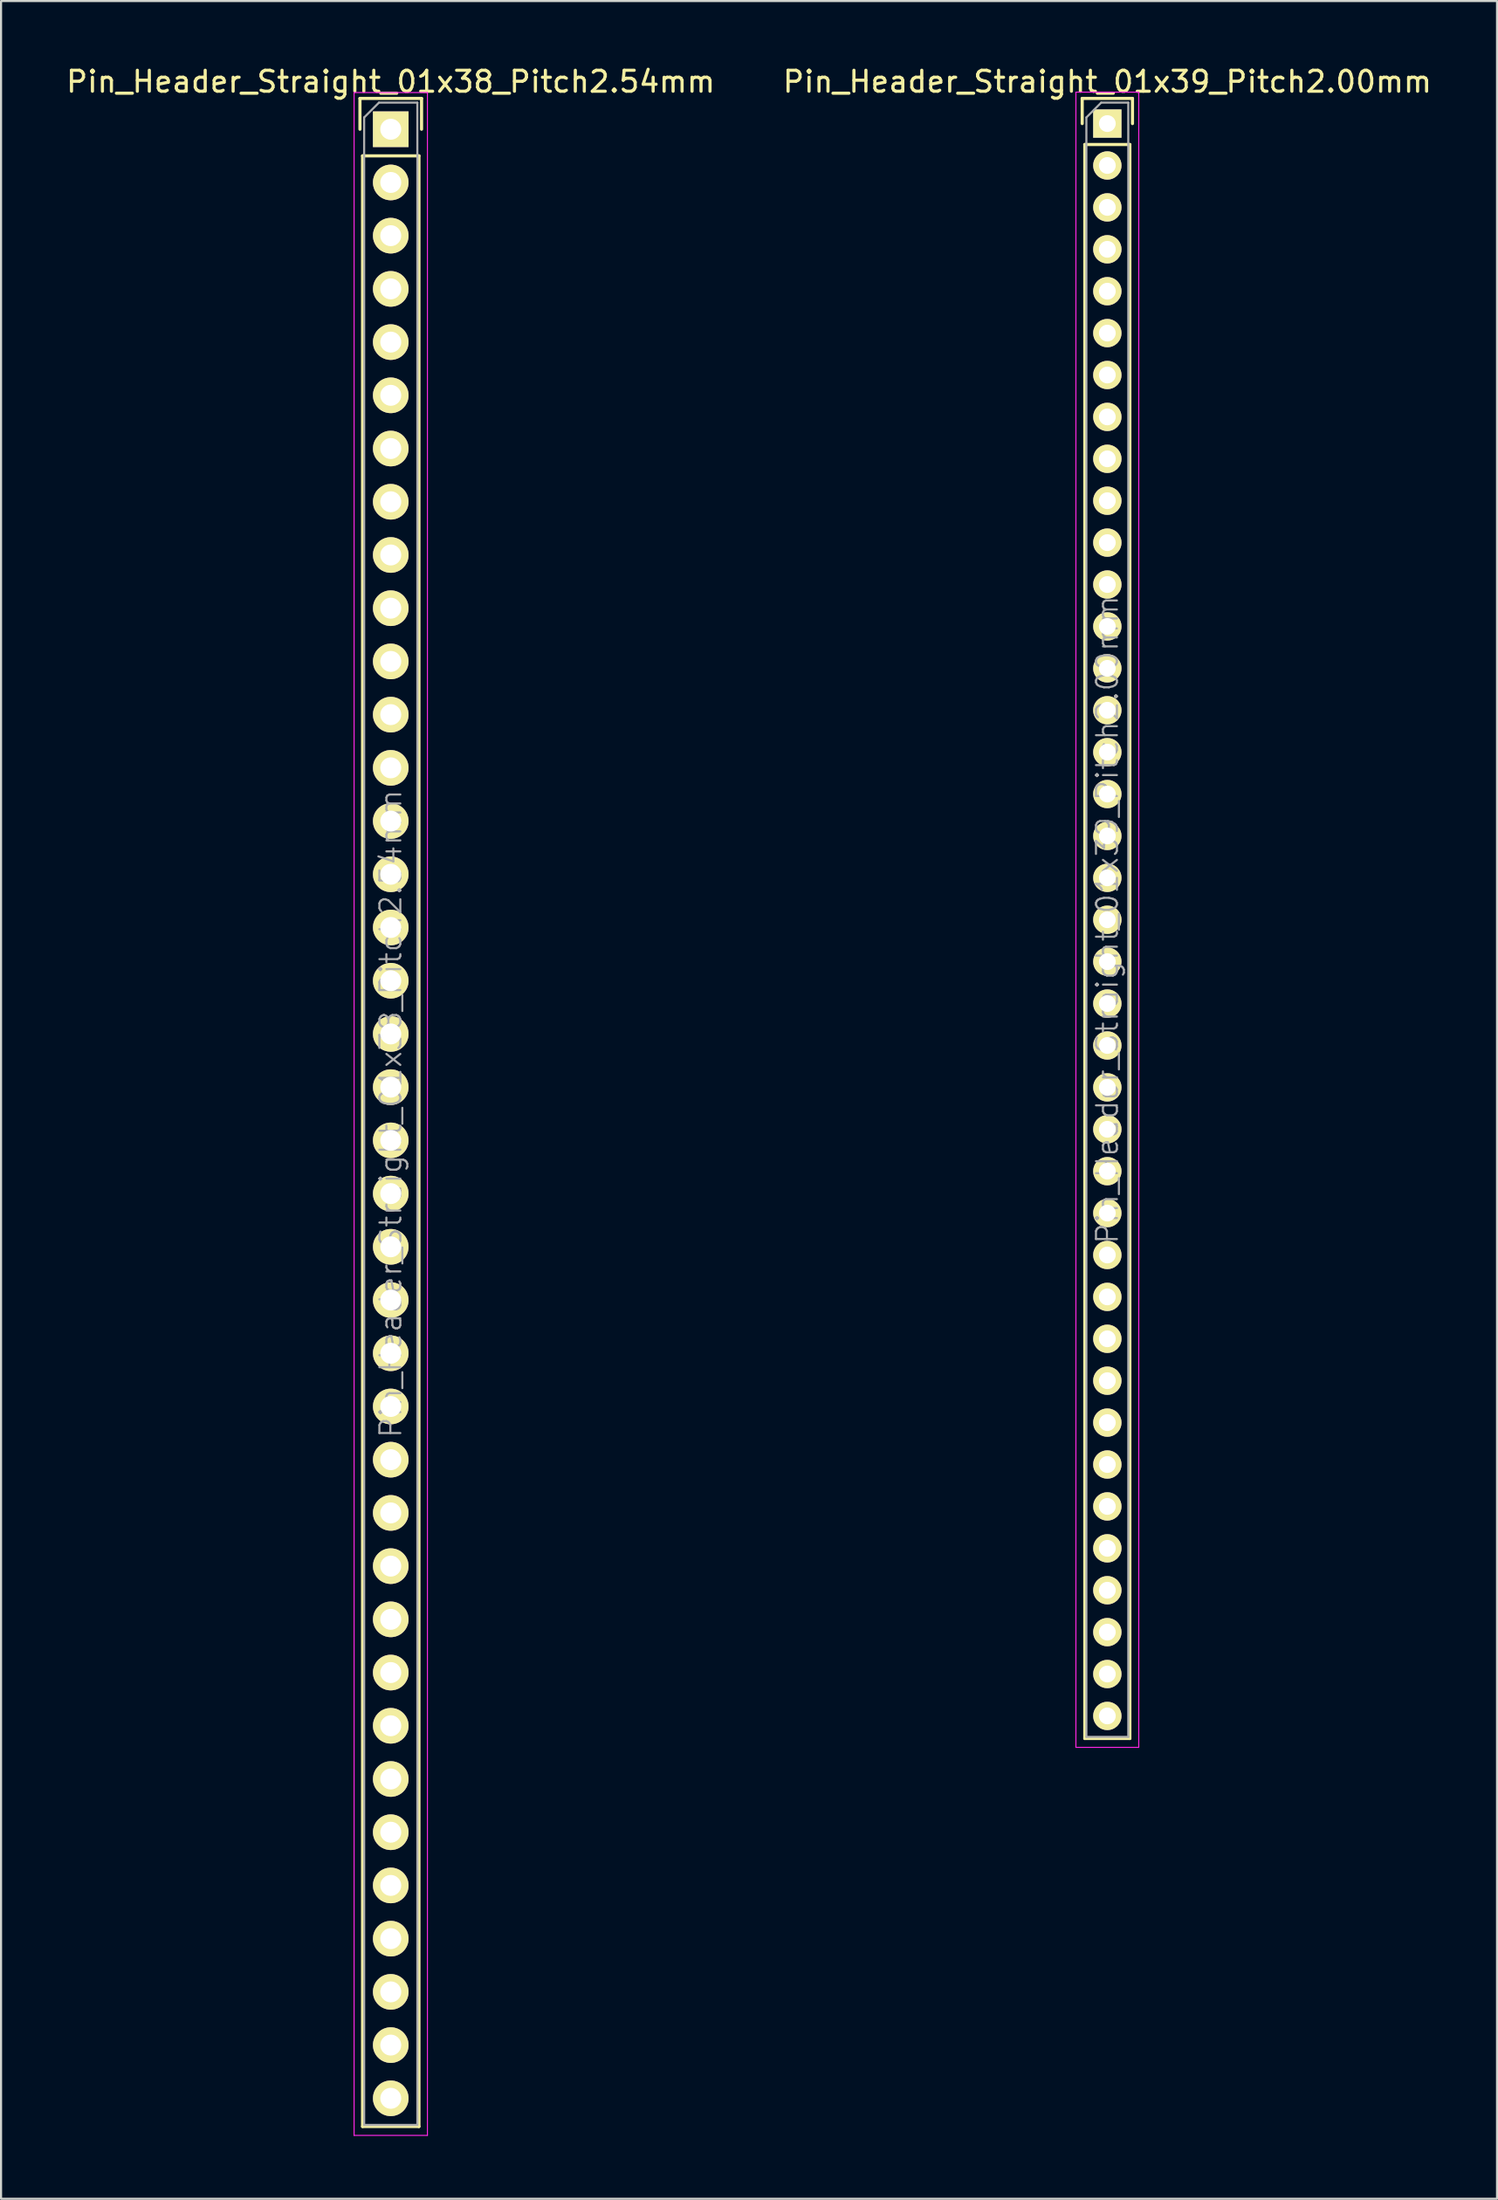
<source format=kicad_pcb>
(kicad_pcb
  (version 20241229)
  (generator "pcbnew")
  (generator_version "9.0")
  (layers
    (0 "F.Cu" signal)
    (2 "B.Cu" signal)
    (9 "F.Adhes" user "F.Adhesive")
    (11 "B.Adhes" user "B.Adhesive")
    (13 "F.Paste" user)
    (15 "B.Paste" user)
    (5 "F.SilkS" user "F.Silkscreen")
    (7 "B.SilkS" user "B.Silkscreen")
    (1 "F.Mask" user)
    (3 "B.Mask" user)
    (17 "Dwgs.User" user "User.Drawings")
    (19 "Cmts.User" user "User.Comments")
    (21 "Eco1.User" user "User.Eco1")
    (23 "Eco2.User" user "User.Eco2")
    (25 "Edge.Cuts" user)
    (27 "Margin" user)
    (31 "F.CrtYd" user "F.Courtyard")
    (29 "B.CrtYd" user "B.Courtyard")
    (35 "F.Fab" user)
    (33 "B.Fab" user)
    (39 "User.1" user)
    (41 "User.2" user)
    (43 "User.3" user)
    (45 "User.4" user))
  (footprint "Pin_Header_Straight_01x39_Pitch2.00mm"
    (layer "F.Cu")
    (at 49.804 2.848)
    (property "Reference" "Pin_Header_Straight_01x39_Pitch2.00mm" (at 0 -2 0) (layer "F.SilkS") (effects (font (size 1 1) (thickness 0.15))))
    (attr smd)
    (fp_line (start -1.2 -1.2) (end -1.2 0) (stroke (width 0.15) (type solid)) (layer "F.SilkS"))
    (fp_line (start -1.2 -1.2) (end 1.2 -1.2) (stroke (width 0.15) (type solid)) (layer "F.SilkS"))
    (fp_line (start -1.075 1) (end -1.075 77.075) (stroke (width 0.15) (type solid)) (layer "F.SilkS"))
    (fp_line (start -1.075 1) (end 1.075 1) (stroke (width 0.15) (type solid)) (layer "F.SilkS"))
    (fp_line (start -1.075 77.075) (end 1.075 77.075) (stroke (width 0.15) (type solid)) (layer "F.SilkS"))
    (fp_line (start 1.075 1) (end 1.075 77.075) (stroke (width 0.15) (type solid)) (layer "F.SilkS"))
    (fp_line (start 1.2 -1.2) (end 1.2 0) (stroke (width 0.15) (type solid)) (layer "F.SilkS"))
    (fp_line (start -1.5 -1.5) (end -1.5 77.5) (stroke (width 0.05) (type solid)) (layer "F.CrtYd"))
    (fp_line (start 1.5 -1.5) (end -1.5 -1.5) (stroke (width 0.05) (type solid)) (layer "F.CrtYd"))
    (fp_line (start 1.5 -1.5) (end 1.5 77.5) (stroke (width 0.05) (type solid)) (layer "F.CrtYd"))
    (fp_line (start 1.5 77.5) (end -1.5 77.5) (stroke (width 0.05) (type solid)) (layer "F.CrtYd"))
    (fp_line (start -1 -0.293) (end -0.293 -1) (stroke (width 0.1) (type solid)) (layer "F.Fab"))
    (fp_line (start -1 77) (end -1 -0.293) (stroke (width 0.1) (type solid)) (layer "F.Fab"))
    (fp_line (start 1 -1) (end -0.293 -1) (stroke (width 0.1) (type solid)) (layer "F.Fab"))
    (fp_line (start 1 77) (end -1 77) (stroke (width 0.1) (type solid)) (layer "F.Fab"))
    (fp_line (start 1 77) (end 1 -1) (stroke (width 0.1) (type solid)) (layer "F.Fab"))
    (fp_text user "${REFERENCE}" (at 0 38 90) (layer "F.Fab") (effects (font (size 1 1) (thickness 0.1))))
    (pad "1" thru_hole rect (at 0 0) (size 1.35 1.35) (drill 0.8) (layers "*.Cu" "*.Mask" "F.SilkS"))
    (pad "2" thru_hole oval (at 0 2) (size 1.35 1.35) (drill 0.8) (layers "*.Cu" "*.Mask" "F.SilkS"))
    (pad "3" thru_hole oval (at 0 4) (size 1.35 1.35) (drill 0.8) (layers "*.Cu" "*.Mask" "F.SilkS"))
    (pad "4" thru_hole oval (at 0 6) (size 1.35 1.35) (drill 0.8) (layers "*.Cu" "*.Mask" "F.SilkS"))
    (pad "5" thru_hole oval (at 0 8) (size 1.35 1.35) (drill 0.8) (layers "*.Cu" "*.Mask" "F.SilkS"))
    (pad "6" thru_hole oval (at 0 10) (size 1.35 1.35) (drill 0.8) (layers "*.Cu" "*.Mask" "F.SilkS"))
    (pad "7" thru_hole oval (at 0 12) (size 1.35 1.35) (drill 0.8) (layers "*.Cu" "*.Mask" "F.SilkS"))
    (pad "8" thru_hole oval (at 0 14) (size 1.35 1.35) (drill 0.8) (layers "*.Cu" "*.Mask" "F.SilkS"))
    (pad "9" thru_hole oval (at 0 16) (size 1.35 1.35) (drill 0.8) (layers "*.Cu" "*.Mask" "F.SilkS"))
    (pad "10" thru_hole oval (at 0 18) (size 1.35 1.35) (drill 0.8) (layers "*.Cu" "*.Mask" "F.SilkS"))
    (pad "11" thru_hole oval (at 0 20) (size 1.35 1.35) (drill 0.8) (layers "*.Cu" "*.Mask" "F.SilkS"))
    (pad "12" thru_hole oval (at 0 22) (size 1.35 1.35) (drill 0.8) (layers "*.Cu" "*.Mask" "F.SilkS"))
    (pad "13" thru_hole oval (at 0 24) (size 1.35 1.35) (drill 0.8) (layers "*.Cu" "*.Mask" "F.SilkS"))
    (pad "14" thru_hole oval (at 0 26) (size 1.35 1.35) (drill 0.8) (layers "*.Cu" "*.Mask" "F.SilkS"))
    (pad "15" thru_hole oval (at 0 28) (size 1.35 1.35) (drill 0.8) (layers "*.Cu" "*.Mask" "F.SilkS"))
    (pad "16" thru_hole oval (at 0 30) (size 1.35 1.35) (drill 0.8) (layers "*.Cu" "*.Mask" "F.SilkS"))
    (pad "17" thru_hole oval (at 0 32) (size 1.35 1.35) (drill 0.8) (layers "*.Cu" "*.Mask" "F.SilkS"))
    (pad "18" thru_hole oval (at 0 34) (size 1.35 1.35) (drill 0.8) (layers "*.Cu" "*.Mask" "F.SilkS"))
    (pad "19" thru_hole oval (at 0 36) (size 1.35 1.35) (drill 0.8) (layers "*.Cu" "*.Mask" "F.SilkS"))
    (pad "20" thru_hole oval (at 0 38) (size 1.35 1.35) (drill 0.8) (layers "*.Cu" "*.Mask" "F.SilkS"))
    (pad "21" thru_hole oval (at 0 40) (size 1.35 1.35) (drill 0.8) (layers "*.Cu" "*.Mask" "F.SilkS"))
    (pad "22" thru_hole oval (at 0 42) (size 1.35 1.35) (drill 0.8) (layers "*.Cu" "*.Mask" "F.SilkS"))
    (pad "23" thru_hole oval (at 0 44) (size 1.35 1.35) (drill 0.8) (layers "*.Cu" "*.Mask" "F.SilkS"))
    (pad "24" thru_hole oval (at 0 46) (size 1.35 1.35) (drill 0.8) (layers "*.Cu" "*.Mask" "F.SilkS"))
    (pad "25" thru_hole oval (at 0 48) (size 1.35 1.35) (drill 0.8) (layers "*.Cu" "*.Mask" "F.SilkS"))
    (pad "26" thru_hole oval (at 0 50) (size 1.35 1.35) (drill 0.8) (layers "*.Cu" "*.Mask" "F.SilkS"))
    (pad "27" thru_hole oval (at 0 52) (size 1.35 1.35) (drill 0.8) (layers "*.Cu" "*.Mask" "F.SilkS"))
    (pad "28" thru_hole oval (at 0 54) (size 1.35 1.35) (drill 0.8) (layers "*.Cu" "*.Mask" "F.SilkS"))
    (pad "29" thru_hole oval (at 0 56) (size 1.35 1.35) (drill 0.8) (layers "*.Cu" "*.Mask" "F.SilkS"))
    (pad "30" thru_hole oval (at 0 58) (size 1.35 1.35) (drill 0.8) (layers "*.Cu" "*.Mask" "F.SilkS"))
    (pad "31" thru_hole oval (at 0 60) (size 1.35 1.35) (drill 0.8) (layers "*.Cu" "*.Mask" "F.SilkS"))
    (pad "32" thru_hole oval (at 0 62) (size 1.35 1.35) (drill 0.8) (layers "*.Cu" "*.Mask" "F.SilkS"))
    (pad "33" thru_hole oval (at 0 64) (size 1.35 1.35) (drill 0.8) (layers "*.Cu" "*.Mask" "F.SilkS"))
    (pad "34" thru_hole oval (at 0 66) (size 1.35 1.35) (drill 0.8) (layers "*.Cu" "*.Mask" "F.SilkS"))
    (pad "35" thru_hole oval (at 0 68) (size 1.35 1.35) (drill 0.8) (layers "*.Cu" "*.Mask" "F.SilkS"))
    (pad "36" thru_hole oval (at 0 70) (size 1.35 1.35) (drill 0.8) (layers "*.Cu" "*.Mask" "F.SilkS"))
    (pad "37" thru_hole oval (at 0 72) (size 1.35 1.35) (drill 0.8) (layers "*.Cu" "*.Mask" "F.SilkS"))
    (pad "38" thru_hole oval (at 0 74) (size 1.35 1.35) (drill 0.8) (layers "*.Cu" "*.Mask" "F.SilkS"))
    (pad "39" thru_hole oval (at 0 76) (size 1.35 1.35) (drill 0.8) (layers "*.Cu" "*.Mask" "F.SilkS")))
  (footprint "Pin_Header_Straight_01x38_Pitch2.54mm"
    (layer "F.Cu")
    (at 15.601 3.118)
    (property "Reference" "Pin_Header_Straight_01x38_Pitch2.54mm" (at 0 -2.27 0) (layer "F.SilkS") (effects (font (size 1 1) (thickness 0.15))))
    (attr smd)
    (fp_line (start -1.47 -1.47) (end -1.47 0) (stroke (width 0.15) (type solid)) (layer "F.SilkS"))
    (fp_line (start -1.47 -1.47) (end 1.47 -1.47) (stroke (width 0.15) (type solid)) (layer "F.SilkS"))
    (fp_line (start -1.345 1.27) (end -1.345 95.325) (stroke (width 0.15) (type solid)) (layer "F.SilkS"))
    (fp_line (start -1.345 1.27) (end 1.345 1.27) (stroke (width 0.15) (type solid)) (layer "F.SilkS"))
    (fp_line (start -1.345 95.325) (end 1.345 95.325) (stroke (width 0.15) (type solid)) (layer "F.SilkS"))
    (fp_line (start 1.345 1.27) (end 1.345 95.325) (stroke (width 0.15) (type solid)) (layer "F.SilkS"))
    (fp_line (start 1.47 -1.47) (end 1.47 0) (stroke (width 0.15) (type solid)) (layer "F.SilkS"))
    (fp_line (start -1.75 -1.75) (end -1.75 95.75) (stroke (width 0.05) (type solid)) (layer "F.CrtYd"))
    (fp_line (start 1.75 -1.75) (end -1.75 -1.75) (stroke (width 0.05) (type solid)) (layer "F.CrtYd"))
    (fp_line (start 1.75 -1.75) (end 1.75 95.75) (stroke (width 0.05) (type solid)) (layer "F.CrtYd"))
    (fp_line (start 1.75 95.75) (end -1.75 95.75) (stroke (width 0.05) (type solid)) (layer "F.CrtYd"))
    (fp_line (start -1.27 -0.563) (end -0.563 -1.27) (stroke (width 0.1) (type solid)) (layer "F.Fab"))
    (fp_line (start -1.27 95.25) (end -1.27 -0.563) (stroke (width 0.1) (type solid)) (layer "F.Fab"))
    (fp_line (start 1.27 -1.27) (end -0.563 -1.27) (stroke (width 0.1) (type solid)) (layer "F.Fab"))
    (fp_line (start 1.27 95.25) (end -1.27 95.25) (stroke (width 0.1) (type solid)) (layer "F.Fab"))
    (fp_line (start 1.27 95.25) (end 1.27 -1.27) (stroke (width 0.1) (type solid)) (layer "F.Fab"))
    (fp_text user "${REFERENCE}" (at 0 46.99 90) (layer "F.Fab") (effects (font (size 1 1) (thickness 0.1))))
    (pad "1" thru_hole rect (at 0 0) (size 1.7 1.7) (drill 1) (layers "*.Cu" "*.Mask" "F.SilkS"))
    (pad "2" thru_hole oval (at 0 2.54) (size 1.7 1.7) (drill 1) (layers "*.Cu" "*.Mask" "F.SilkS"))
    (pad "3" thru_hole oval (at 0 5.08) (size 1.7 1.7) (drill 1) (layers "*.Cu" "*.Mask" "F.SilkS"))
    (pad "4" thru_hole oval (at 0 7.62) (size 1.7 1.7) (drill 1) (layers "*.Cu" "*.Mask" "F.SilkS"))
    (pad "5" thru_hole oval (at 0 10.16) (size 1.7 1.7) (drill 1) (layers "*.Cu" "*.Mask" "F.SilkS"))
    (pad "6" thru_hole oval (at 0 12.7) (size 1.7 1.7) (drill 1) (layers "*.Cu" "*.Mask" "F.SilkS"))
    (pad "7" thru_hole oval (at 0 15.24) (size 1.7 1.7) (drill 1) (layers "*.Cu" "*.Mask" "F.SilkS"))
    (pad "8" thru_hole oval (at 0 17.78) (size 1.7 1.7) (drill 1) (layers "*.Cu" "*.Mask" "F.SilkS"))
    (pad "9" thru_hole oval (at 0 20.32) (size 1.7 1.7) (drill 1) (layers "*.Cu" "*.Mask" "F.SilkS"))
    (pad "10" thru_hole oval (at 0 22.86) (size 1.7 1.7) (drill 1) (layers "*.Cu" "*.Mask" "F.SilkS"))
    (pad "11" thru_hole oval (at 0 25.4) (size 1.7 1.7) (drill 1) (layers "*.Cu" "*.Mask" "F.SilkS"))
    (pad "12" thru_hole oval (at 0 27.94) (size 1.7 1.7) (drill 1) (layers "*.Cu" "*.Mask" "F.SilkS"))
    (pad "13" thru_hole oval (at 0 30.48) (size 1.7 1.7) (drill 1) (layers "*.Cu" "*.Mask" "F.SilkS"))
    (pad "14" thru_hole oval (at 0 33.02) (size 1.7 1.7) (drill 1) (layers "*.Cu" "*.Mask" "F.SilkS"))
    (pad "15" thru_hole oval (at 0 35.56) (size 1.7 1.7) (drill 1) (layers "*.Cu" "*.Mask" "F.SilkS"))
    (pad "16" thru_hole oval (at 0 38.1) (size 1.7 1.7) (drill 1) (layers "*.Cu" "*.Mask" "F.SilkS"))
    (pad "17" thru_hole oval (at 0 40.64) (size 1.7 1.7) (drill 1) (layers "*.Cu" "*.Mask" "F.SilkS"))
    (pad "18" thru_hole oval (at 0 43.18) (size 1.7 1.7) (drill 1) (layers "*.Cu" "*.Mask" "F.SilkS"))
    (pad "19" thru_hole oval (at 0 45.72) (size 1.7 1.7) (drill 1) (layers "*.Cu" "*.Mask" "F.SilkS"))
    (pad "20" thru_hole oval (at 0 48.26) (size 1.7 1.7) (drill 1) (layers "*.Cu" "*.Mask" "F.SilkS"))
    (pad "21" thru_hole oval (at 0 50.8) (size 1.7 1.7) (drill 1) (layers "*.Cu" "*.Mask" "F.SilkS"))
    (pad "22" thru_hole oval (at 0 53.34) (size 1.7 1.7) (drill 1) (layers "*.Cu" "*.Mask" "F.SilkS"))
    (pad "23" thru_hole oval (at 0 55.88) (size 1.7 1.7) (drill 1) (layers "*.Cu" "*.Mask" "F.SilkS"))
    (pad "24" thru_hole oval (at 0 58.42) (size 1.7 1.7) (drill 1) (layers "*.Cu" "*.Mask" "F.SilkS"))
    (pad "25" thru_hole oval (at 0 60.96) (size 1.7 1.7) (drill 1) (layers "*.Cu" "*.Mask" "F.SilkS"))
    (pad "26" thru_hole oval (at 0 63.5) (size 1.7 1.7) (drill 1) (layers "*.Cu" "*.Mask" "F.SilkS"))
    (pad "27" thru_hole oval (at 0 66.04) (size 1.7 1.7) (drill 1) (layers "*.Cu" "*.Mask" "F.SilkS"))
    (pad "28" thru_hole oval (at 0 68.58) (size 1.7 1.7) (drill 1) (layers "*.Cu" "*.Mask" "F.SilkS"))
    (pad "29" thru_hole oval (at 0 71.12) (size 1.7 1.7) (drill 1) (layers "*.Cu" "*.Mask" "F.SilkS"))
    (pad "30" thru_hole oval (at 0 73.66) (size 1.7 1.7) (drill 1) (layers "*.Cu" "*.Mask" "F.SilkS"))
    (pad "31" thru_hole oval (at 0 76.2) (size 1.7 1.7) (drill 1) (layers "*.Cu" "*.Mask" "F.SilkS"))
    (pad "32" thru_hole oval (at 0 78.74) (size 1.7 1.7) (drill 1) (layers "*.Cu" "*.Mask" "F.SilkS"))
    (pad "33" thru_hole oval (at 0 81.28) (size 1.7 1.7) (drill 1) (layers "*.Cu" "*.Mask" "F.SilkS"))
    (pad "34" thru_hole oval (at 0 83.82) (size 1.7 1.7) (drill 1) (layers "*.Cu" "*.Mask" "F.SilkS"))
    (pad "35" thru_hole oval (at 0 86.36) (size 1.7 1.7) (drill 1) (layers "*.Cu" "*.Mask" "F.SilkS"))
    (pad "36" thru_hole oval (at 0 88.9) (size 1.7 1.7) (drill 1) (layers "*.Cu" "*.Mask" "F.SilkS"))
    (pad "37" thru_hole oval (at 0 91.44) (size 1.7 1.7) (drill 1) (layers "*.Cu" "*.Mask" "F.SilkS"))
    (pad "38" thru_hole oval (at 0 93.98) (size 1.7 1.7) (drill 1) (layers "*.Cu" "*.Mask" "F.SilkS")))
  (gr_rect
    (start -3 -3)
    (end 68.405 101.893)
    (stroke (width 0.1) (type default))
    (fill no)
    (layer "Edge.Cuts")))
</source>
